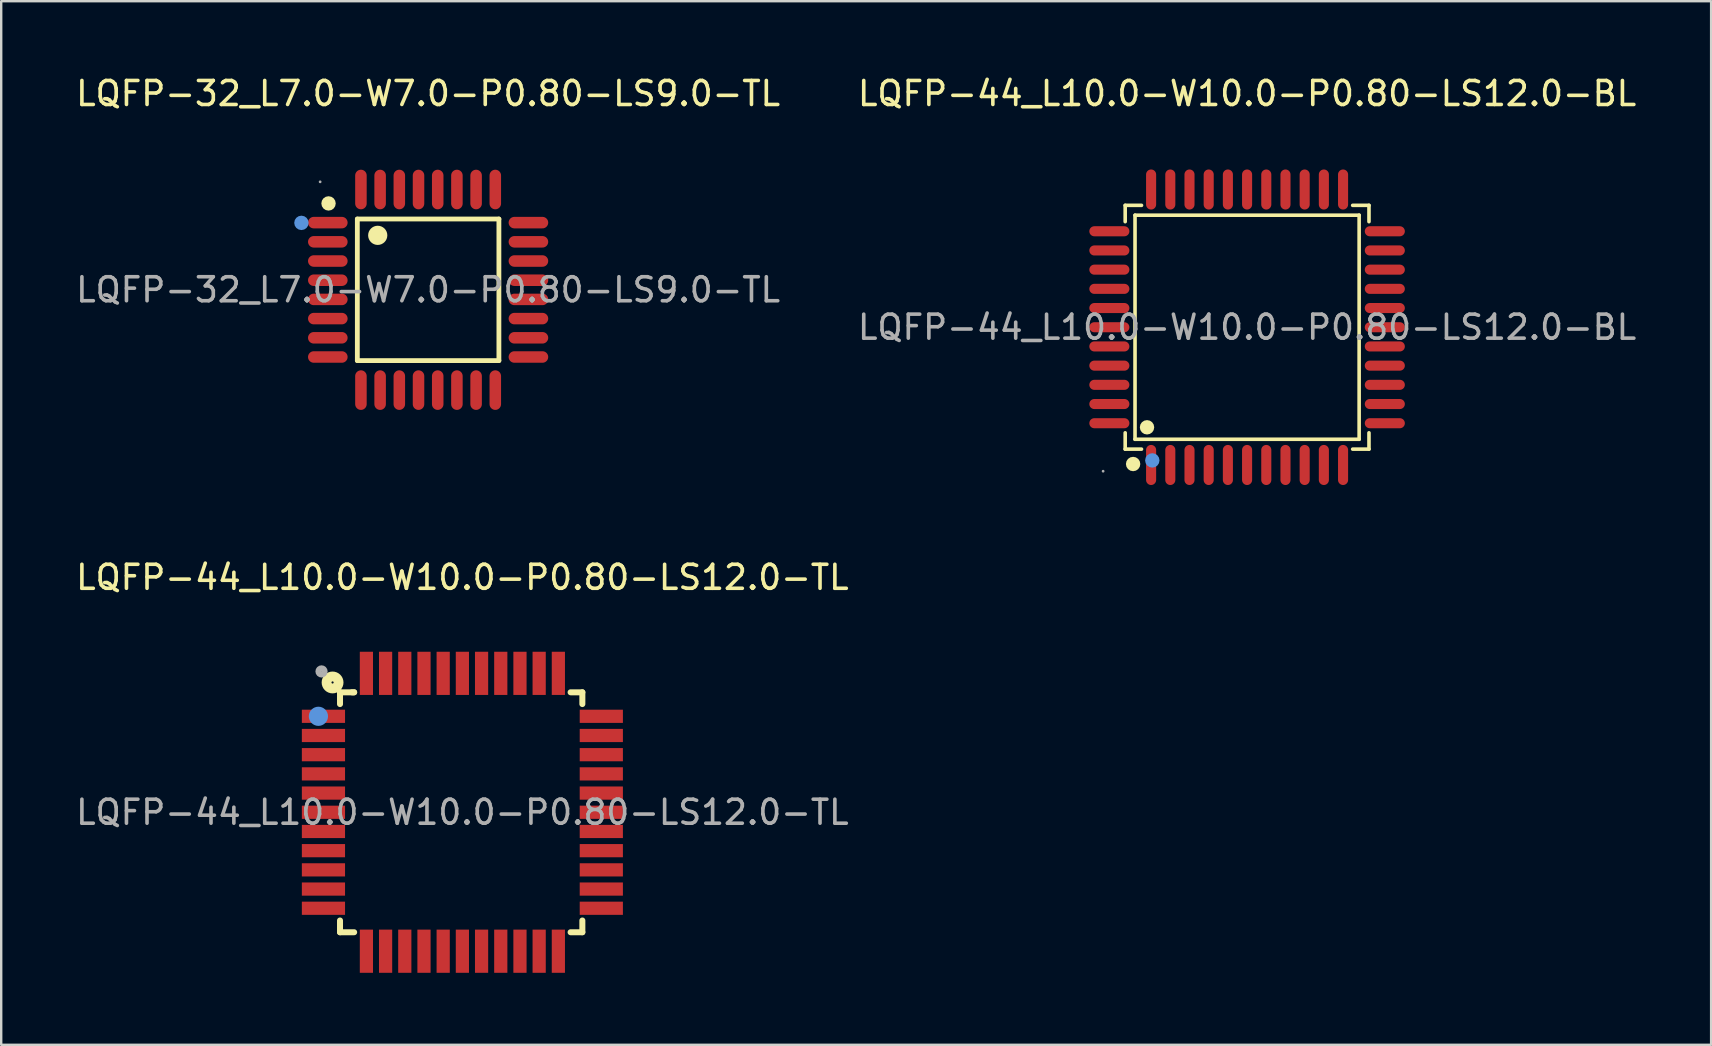
<source format=kicad_pcb>
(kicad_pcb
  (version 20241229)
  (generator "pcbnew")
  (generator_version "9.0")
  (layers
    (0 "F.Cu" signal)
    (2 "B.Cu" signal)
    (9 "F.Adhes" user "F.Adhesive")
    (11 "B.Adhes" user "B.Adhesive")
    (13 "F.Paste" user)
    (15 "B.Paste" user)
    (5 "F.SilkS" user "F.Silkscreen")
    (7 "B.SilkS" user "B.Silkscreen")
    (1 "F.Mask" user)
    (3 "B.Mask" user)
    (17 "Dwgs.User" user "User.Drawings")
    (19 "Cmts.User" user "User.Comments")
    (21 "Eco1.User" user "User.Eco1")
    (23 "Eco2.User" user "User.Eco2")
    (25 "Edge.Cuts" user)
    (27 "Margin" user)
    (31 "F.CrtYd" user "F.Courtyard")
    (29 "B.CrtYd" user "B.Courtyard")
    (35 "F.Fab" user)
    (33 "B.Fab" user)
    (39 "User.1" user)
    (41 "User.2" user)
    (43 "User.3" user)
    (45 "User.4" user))
  (footprint "LQFP-32_L7.0-W7.0-P0.80-LS9.0-TL"
    (layer "F.Cu")
    (at 14.792 9.028)
    (property "Reference" "LQFP-32_L7.0-W7.0-P0.80-LS9.0-TL" (at 0 -8.18 0) (layer "F.SilkS") (effects (font (size 1 1) (thickness 0.15))))
    (attr through_hole)
    (fp_line (start -2.95 -2.95) (end -2.95 2.95) (stroke (width 0.2) (type solid)) (layer "F.SilkS"))
    (fp_line (start -2.95 2.95) (end 2.95 2.95) (stroke (width 0.2) (type solid)) (layer "F.SilkS"))
    (fp_line (start 2.95 -2.95) (end -2.95 -2.95) (stroke (width 0.2) (type solid)) (layer "F.SilkS"))
    (fp_line (start 2.95 2.95) (end 2.95 -2.95) (stroke (width 0.2) (type solid)) (layer "F.SilkS"))
    (fp_arc (start -4.15 -3.6) (mid -4.15 -3.6) (end -4.15 -3.6) (stroke (width 0.3) (type solid)) (layer "F.SilkS"))
    (fp_arc (start -2.1 -2.27) (mid -2.1 -2.27) (end -2.1 -2.27) (stroke (width 0.4) (type solid)) (layer "F.SilkS"))
    (fp_circle (center -5.28 -2.79) (end -5.13 -2.79) (stroke (width 0.3) (type solid)) (fill no) (layer "Cmts.User"))
    (fp_circle (center -4.5 -4.5) (end -4.47 -4.5) (stroke (width 0.06) (type solid)) (fill no) (layer "F.Fab"))
    (fp_text user "${REFERENCE}" (at 0 0 0) (layer "F.Fab") (effects (font (size 1 1) (thickness 0.15))))
    (pad "1" smd oval (at -4.18 -2.8 90) (size 0.48 1.65) (layers "F.Cu" "F.Mask" "F.Paste"))
    (pad "2" smd oval (at -4.18 -2 90) (size 0.48 1.65) (layers "F.Cu" "F.Mask" "F.Paste"))
    (pad "3" smd oval (at -4.18 -1.2 90) (size 0.48 1.65) (layers "F.Cu" "F.Mask" "F.Paste"))
    (pad "4" smd oval (at -4.18 -0.4 90) (size 0.48 1.65) (layers "F.Cu" "F.Mask" "F.Paste"))
    (pad "5" smd oval (at -4.18 0.4 90) (size 0.48 1.65) (layers "F.Cu" "F.Mask" "F.Paste"))
    (pad "6" smd oval (at -4.18 1.2 90) (size 0.48 1.65) (layers "F.Cu" "F.Mask" "F.Paste"))
    (pad "7" smd oval (at -4.18 2 90) (size 0.48 1.65) (layers "F.Cu" "F.Mask" "F.Paste"))
    (pad "8" smd oval (at -4.18 2.8 90) (size 0.48 1.65) (layers "F.Cu" "F.Mask" "F.Paste"))
    (pad "9" smd oval (at -2.8 4.18) (size 0.48 1.65) (layers "F.Cu" "F.Mask" "F.Paste"))
    (pad "10" smd oval (at -2 4.18) (size 0.48 1.65) (layers "F.Cu" "F.Mask" "F.Paste"))
    (pad "11" smd oval (at -1.2 4.18) (size 0.48 1.65) (layers "F.Cu" "F.Mask" "F.Paste"))
    (pad "12" smd oval (at -0.4 4.18) (size 0.48 1.65) (layers "F.Cu" "F.Mask" "F.Paste"))
    (pad "13" smd oval (at 0.4 4.18) (size 0.48 1.65) (layers "F.Cu" "F.Mask" "F.Paste"))
    (pad "14" smd oval (at 1.2 4.18) (size 0.48 1.65) (layers "F.Cu" "F.Mask" "F.Paste"))
    (pad "15" smd oval (at 2 4.18) (size 0.48 1.65) (layers "F.Cu" "F.Mask" "F.Paste"))
    (pad "16" smd oval (at 2.8 4.18) (size 0.48 1.65) (layers "F.Cu" "F.Mask" "F.Paste"))
    (pad "17" smd oval (at 4.18 2.8 90) (size 0.48 1.65) (layers "F.Cu" "F.Mask" "F.Paste"))
    (pad "18" smd oval (at 4.18 2 90) (size 0.48 1.65) (layers "F.Cu" "F.Mask" "F.Paste"))
    (pad "19" smd oval (at 4.18 1.2 90) (size 0.48 1.65) (layers "F.Cu" "F.Mask" "F.Paste"))
    (pad "20" smd oval (at 4.18 0.4 90) (size 0.48 1.65) (layers "F.Cu" "F.Mask" "F.Paste"))
    (pad "21" smd oval (at 4.18 -0.4 90) (size 0.48 1.65) (layers "F.Cu" "F.Mask" "F.Paste"))
    (pad "22" smd oval (at 4.18 -1.2 90) (size 0.48 1.65) (layers "F.Cu" "F.Mask" "F.Paste"))
    (pad "23" smd oval (at 4.18 -2 90) (size 0.48 1.65) (layers "F.Cu" "F.Mask" "F.Paste"))
    (pad "24" smd oval (at 4.18 -2.8 90) (size 0.48 1.65) (layers "F.Cu" "F.Mask" "F.Paste"))
    (pad "25" smd oval (at 2.8 -4.18) (size 0.48 1.65) (layers "F.Cu" "F.Mask" "F.Paste"))
    (pad "26" smd oval (at 2 -4.18) (size 0.48 1.65) (layers "F.Cu" "F.Mask" "F.Paste"))
    (pad "27" smd oval (at 1.2 -4.18) (size 0.48 1.65) (layers "F.Cu" "F.Mask" "F.Paste"))
    (pad "28" smd oval (at 0.4 -4.18) (size 0.48 1.65) (layers "F.Cu" "F.Mask" "F.Paste"))
    (pad "29" smd oval (at -0.4 -4.18) (size 0.48 1.65) (layers "F.Cu" "F.Mask" "F.Paste"))
    (pad "30" smd oval (at -1.2 -4.18) (size 0.48 1.65) (layers "F.Cu" "F.Mask" "F.Paste"))
    (pad "31" smd oval (at -2 -4.18) (size 0.48 1.65) (layers "F.Cu" "F.Mask" "F.Paste"))
    (pad "32" smd oval (at -2.8 -4.18) (size 0.48 1.65) (layers "F.Cu" "F.Mask" "F.Paste")))
  (footprint "LQFP-44_L10.0-W10.0-P0.80-LS12.0-TL"
    (layer "F.Cu")
    (at 16.22 30.802)
    (property "Reference" "LQFP-44_L10.0-W10.0-P0.80-LS12.0-TL" (at 0 -9.79 0) (layer "F.SilkS") (effects (font (size 1 1) (thickness 0.15))))
    (attr through_hole)
    (fp_line (start -5.1 -5) (end -5.1 -4.51) (stroke (width 0.25) (type solid)) (layer "F.SilkS"))
    (fp_line (start -5.1 4.51) (end -5.1 5) (stroke (width 0.25) (type solid)) (layer "F.SilkS"))
    (fp_line (start -5.1 5) (end -4.51 5) (stroke (width 0.25) (type solid)) (layer "F.SilkS"))
    (fp_line (start -4.51 -5) (end -5.1 -5) (stroke (width 0.25) (type solid)) (layer "F.SilkS"))
    (fp_line (start -4.51 -5) (end -4.6 -5) (stroke (width 0.25) (type solid)) (layer "F.SilkS"))
    (fp_line (start 4.51 5) (end 5 5) (stroke (width 0.25) (type solid)) (layer "F.SilkS"))
    (fp_line (start 5 -5) (end 4.51 -5) (stroke (width 0.25) (type solid)) (layer "F.SilkS"))
    (fp_line (start 5 -4.51) (end 5 -5) (stroke (width 0.25) (type solid)) (layer "F.SilkS"))
    (fp_line (start 5 5) (end 5 4.51) (stroke (width 0.25) (type solid)) (layer "F.SilkS"))
    (fp_circle (center -5.41 -5.41) (end -5.16 -5.41) (stroke (width 0.41) (type solid)) (fill no) (layer "F.SilkS"))
    (fp_circle (center -6 -4) (end -5.8 -4) (stroke (width 0.4) (type solid)) (fill no) (layer "Cmts.User"))
    (fp_circle (center -5.87 -5.87) (end -5.74 -5.87) (stroke (width 0.25) (type solid)) (fill no) (layer "F.Fab"))
    (fp_text user "${REFERENCE}" (at 0 0 0) (layer "F.Fab") (effects (font (size 1 1) (thickness 0.15))))
    (pad "1" smd rect (at -5.79 -4) (size 1.8 0.55) (layers "F.Cu" "F.Mask" "F.Paste"))
    (pad "2" smd rect (at -5.79 -3.2) (size 1.8 0.55) (layers "F.Cu" "F.Mask" "F.Paste"))
    (pad "3" smd rect (at -5.79 -2.4) (size 1.8 0.55) (layers "F.Cu" "F.Mask" "F.Paste"))
    (pad "4" smd rect (at -5.79 -1.6) (size 1.8 0.55) (layers "F.Cu" "F.Mask" "F.Paste"))
    (pad "5" smd rect (at -5.79 -0.8) (size 1.8 0.55) (layers "F.Cu" "F.Mask" "F.Paste"))
    (pad "6" smd rect (at -5.79 0) (size 1.8 0.55) (layers "F.Cu" "F.Mask" "F.Paste"))
    (pad "7" smd rect (at -5.79 0.8) (size 1.8 0.55) (layers "F.Cu" "F.Mask" "F.Paste"))
    (pad "8" smd rect (at -5.79 1.6) (size 1.8 0.55) (layers "F.Cu" "F.Mask" "F.Paste"))
    (pad "9" smd rect (at -5.79 2.4) (size 1.8 0.55) (layers "F.Cu" "F.Mask" "F.Paste"))
    (pad "10" smd rect (at -5.79 3.2) (size 1.8 0.55) (layers "F.Cu" "F.Mask" "F.Paste"))
    (pad "11" smd rect (at -5.79 4) (size 1.8 0.55) (layers "F.Cu" "F.Mask" "F.Paste"))
    (pad "12" smd rect (at -4 5.79) (size 0.55 1.8) (layers "F.Cu" "F.Mask" "F.Paste"))
    (pad "13" smd rect (at -3.2 5.79) (size 0.55 1.8) (layers "F.Cu" "F.Mask" "F.Paste"))
    (pad "14" smd rect (at -2.4 5.79) (size 0.55 1.8) (layers "F.Cu" "F.Mask" "F.Paste"))
    (pad "15" smd rect (at -1.6 5.79) (size 0.55 1.8) (layers "F.Cu" "F.Mask" "F.Paste"))
    (pad "16" smd rect (at -0.8 5.79) (size 0.55 1.8) (layers "F.Cu" "F.Mask" "F.Paste"))
    (pad "17" smd rect (at 0 5.79) (size 0.55 1.8) (layers "F.Cu" "F.Mask" "F.Paste"))
    (pad "18" smd rect (at 0.8 5.79) (size 0.55 1.8) (layers "F.Cu" "F.Mask" "F.Paste"))
    (pad "19" smd rect (at 1.6 5.79) (size 0.55 1.8) (layers "F.Cu" "F.Mask" "F.Paste"))
    (pad "20" smd rect (at 2.4 5.79) (size 0.55 1.8) (layers "F.Cu" "F.Mask" "F.Paste"))
    (pad "21" smd rect (at 3.2 5.79) (size 0.55 1.8) (layers "F.Cu" "F.Mask" "F.Paste"))
    (pad "22" smd rect (at 4 5.79) (size 0.55 1.8) (layers "F.Cu" "F.Mask" "F.Paste"))
    (pad "23" smd rect (at 5.79 4) (size 1.8 0.55) (layers "F.Cu" "F.Mask" "F.Paste"))
    (pad "24" smd rect (at 5.79 3.2) (size 1.8 0.55) (layers "F.Cu" "F.Mask" "F.Paste"))
    (pad "25" smd rect (at 5.79 2.4) (size 1.8 0.55) (layers "F.Cu" "F.Mask" "F.Paste"))
    (pad "26" smd rect (at 5.79 1.6) (size 1.8 0.55) (layers "F.Cu" "F.Mask" "F.Paste"))
    (pad "27" smd rect (at 5.79 0.8) (size 1.8 0.55) (layers "F.Cu" "F.Mask" "F.Paste"))
    (pad "28" smd rect (at 5.79 0) (size 1.8 0.55) (layers "F.Cu" "F.Mask" "F.Paste"))
    (pad "29" smd rect (at 5.79 -0.8) (size 1.8 0.55) (layers "F.Cu" "F.Mask" "F.Paste"))
    (pad "30" smd rect (at 5.79 -1.6) (size 1.8 0.55) (layers "F.Cu" "F.Mask" "F.Paste"))
    (pad "31" smd rect (at 5.79 -2.4) (size 1.8 0.55) (layers "F.Cu" "F.Mask" "F.Paste"))
    (pad "32" smd rect (at 5.79 -3.2) (size 1.8 0.55) (layers "F.Cu" "F.Mask" "F.Paste"))
    (pad "33" smd rect (at 5.79 -4) (size 1.8 0.55) (layers "F.Cu" "F.Mask" "F.Paste"))
    (pad "34" smd rect (at 4 -5.79) (size 0.55 1.8) (layers "F.Cu" "F.Mask" "F.Paste"))
    (pad "35" smd rect (at 3.2 -5.79) (size 0.55 1.8) (layers "F.Cu" "F.Mask" "F.Paste"))
    (pad "36" smd rect (at 2.4 -5.79) (size 0.55 1.8) (layers "F.Cu" "F.Mask" "F.Paste"))
    (pad "37" smd rect (at 1.6 -5.79) (size 0.55 1.8) (layers "F.Cu" "F.Mask" "F.Paste"))
    (pad "38" smd rect (at 0.8 -5.79) (size 0.55 1.8) (layers "F.Cu" "F.Mask" "F.Paste"))
    (pad "39" smd rect (at 0 -5.79) (size 0.55 1.8) (layers "F.Cu" "F.Mask" "F.Paste"))
    (pad "40" smd rect (at -0.8 -5.79) (size 0.55 1.8) (layers "F.Cu" "F.Mask" "F.Paste"))
    (pad "41" smd rect (at -1.6 -5.79) (size 0.55 1.8) (layers "F.Cu" "F.Mask" "F.Paste"))
    (pad "42" smd rect (at -2.4 -5.79) (size 0.55 1.8) (layers "F.Cu" "F.Mask" "F.Paste"))
    (pad "43" smd rect (at -3.2 -5.79) (size 0.55 1.8) (layers "F.Cu" "F.Mask" "F.Paste"))
    (pad "44" smd rect (at -4 -5.79) (size 0.55 1.8) (layers "F.Cu" "F.Mask" "F.Paste")))
  (footprint "LQFP-44_L10.0-W10.0-P0.80-LS12.0-BL"
    (layer "F.Cu")
    (at 48.923 10.588)
    (property "Reference" "LQFP-44_L10.0-W10.0-P0.80-LS12.0-BL" (at 0 -9.74 0) (layer "F.SilkS") (effects (font (size 1 1) (thickness 0.15))))
    (attr through_hole)
    (fp_line (start -5.08 -5.08) (end -4.4 -5.08) (stroke (width 0.15) (type solid)) (layer "F.SilkS"))
    (fp_line (start -5.08 -4.4) (end -5.08 -5.08) (stroke (width 0.15) (type solid)) (layer "F.SilkS"))
    (fp_line (start -5.08 4.4) (end -5.08 5.08) (stroke (width 0.15) (type solid)) (layer "F.SilkS"))
    (fp_line (start -5.08 5.08) (end -4.4 5.08) (stroke (width 0.15) (type solid)) (layer "F.SilkS"))
    (fp_line (start -4.67 -4.67) (end 4.67 -4.67) (stroke (width 0.15) (type solid)) (layer "F.SilkS"))
    (fp_line (start -4.67 4.67) (end -4.67 -4.67) (stroke (width 0.15) (type solid)) (layer "F.SilkS"))
    (fp_line (start 4.67 -4.67) (end 4.67 4.67) (stroke (width 0.15) (type solid)) (layer "F.SilkS"))
    (fp_line (start 4.67 4.67) (end -4.67 4.67) (stroke (width 0.15) (type solid)) (layer "F.SilkS"))
    (fp_line (start 5.08 -5.08) (end 4.4 -5.08) (stroke (width 0.15) (type solid)) (layer "F.SilkS"))
    (fp_line (start 5.08 -4.4) (end 5.08 -5.08) (stroke (width 0.15) (type solid)) (layer "F.SilkS"))
    (fp_line (start 5.08 4.4) (end 5.08 5.08) (stroke (width 0.15) (type solid)) (layer "F.SilkS"))
    (fp_line (start 5.08 5.08) (end 4.4 5.08) (stroke (width 0.15) (type solid)) (layer "F.SilkS"))
    (fp_circle (center -4.75 5.7) (end -4.6 5.7) (stroke (width 0.3) (type solid)) (fill no) (layer "F.SilkS"))
    (fp_circle (center -4.17 4.17) (end -4.02 4.17) (stroke (width 0.3) (type solid)) (fill no) (layer "F.SilkS"))
    (fp_circle (center -3.95 5.55) (end -3.8 5.55) (stroke (width 0.3) (type solid)) (fill no) (layer "Cmts.User"))
    (fp_circle (center -6 6) (end -5.97 6) (stroke (width 0.06) (type solid)) (fill no) (layer "F.Fab"))
    (fp_text user "${REFERENCE}" (at 0 0 0) (layer "F.Fab") (effects (font (size 1 1) (thickness 0.15))))
    (pad "1" smd oval (at -4 5.74) (size 0.42 1.67) (layers "F.Cu" "F.Mask" "F.Paste"))
    (pad "2" smd oval (at -3.2 5.74) (size 0.42 1.67) (layers "F.Cu" "F.Mask" "F.Paste"))
    (pad "3" smd oval (at -2.4 5.74) (size 0.42 1.67) (layers "F.Cu" "F.Mask" "F.Paste"))
    (pad "4" smd oval (at -1.6 5.74) (size 0.42 1.67) (layers "F.Cu" "F.Mask" "F.Paste"))
    (pad "5" smd oval (at -0.8 5.74) (size 0.42 1.67) (layers "F.Cu" "F.Mask" "F.Paste"))
    (pad "6" smd oval (at 0 5.74) (size 0.42 1.67) (layers "F.Cu" "F.Mask" "F.Paste"))
    (pad "7" smd oval (at 0.8 5.74) (size 0.42 1.67) (layers "F.Cu" "F.Mask" "F.Paste"))
    (pad "8" smd oval (at 1.6 5.74) (size 0.42 1.67) (layers "F.Cu" "F.Mask" "F.Paste"))
    (pad "9" smd oval (at 2.4 5.74) (size 0.42 1.67) (layers "F.Cu" "F.Mask" "F.Paste"))
    (pad "10" smd oval (at 3.2 5.74) (size 0.42 1.67) (layers "F.Cu" "F.Mask" "F.Paste"))
    (pad "11" smd oval (at 4 5.74) (size 0.42 1.67) (layers "F.Cu" "F.Mask" "F.Paste"))
    (pad "12" smd oval (at 5.74 4) (size 1.67 0.42) (layers "F.Cu" "F.Mask" "F.Paste"))
    (pad "13" smd oval (at 5.74 3.2) (size 1.67 0.42) (layers "F.Cu" "F.Mask" "F.Paste"))
    (pad "14" smd oval (at 5.74 2.4) (size 1.67 0.42) (layers "F.Cu" "F.Mask" "F.Paste"))
    (pad "15" smd oval (at 5.74 1.6) (size 1.67 0.42) (layers "F.Cu" "F.Mask" "F.Paste"))
    (pad "16" smd oval (at 5.74 0.8) (size 1.67 0.42) (layers "F.Cu" "F.Mask" "F.Paste"))
    (pad "17" smd oval (at 5.74 0) (size 1.67 0.42) (layers "F.Cu" "F.Mask" "F.Paste"))
    (pad "18" smd oval (at 5.74 -0.8) (size 1.67 0.42) (layers "F.Cu" "F.Mask" "F.Paste"))
    (pad "19" smd oval (at 5.74 -1.6) (size 1.67 0.42) (layers "F.Cu" "F.Mask" "F.Paste"))
    (pad "20" smd oval (at 5.74 -2.4) (size 1.67 0.42) (layers "F.Cu" "F.Mask" "F.Paste"))
    (pad "21" smd oval (at 5.74 -3.2) (size 1.67 0.42) (layers "F.Cu" "F.Mask" "F.Paste"))
    (pad "22" smd oval (at 5.74 -4) (size 1.67 0.42) (layers "F.Cu" "F.Mask" "F.Paste"))
    (pad "23" smd oval (at 4 -5.74) (size 0.42 1.67) (layers "F.Cu" "F.Mask" "F.Paste"))
    (pad "24" smd oval (at 3.2 -5.74) (size 0.42 1.67) (layers "F.Cu" "F.Mask" "F.Paste"))
    (pad "25" smd oval (at 2.4 -5.74) (size 0.42 1.67) (layers "F.Cu" "F.Mask" "F.Paste"))
    (pad "26" smd oval (at 1.6 -5.74) (size 0.42 1.67) (layers "F.Cu" "F.Mask" "F.Paste"))
    (pad "27" smd oval (at 0.8 -5.74) (size 0.42 1.67) (layers "F.Cu" "F.Mask" "F.Paste"))
    (pad "28" smd oval (at 0 -5.74) (size 0.42 1.67) (layers "F.Cu" "F.Mask" "F.Paste"))
    (pad "29" smd oval (at -0.8 -5.74) (size 0.42 1.67) (layers "F.Cu" "F.Mask" "F.Paste"))
    (pad "30" smd oval (at -1.6 -5.74) (size 0.42 1.67) (layers "F.Cu" "F.Mask" "F.Paste"))
    (pad "31" smd oval (at -2.4 -5.74) (size 0.42 1.67) (layers "F.Cu" "F.Mask" "F.Paste"))
    (pad "32" smd oval (at -3.2 -5.74) (size 0.42 1.67) (layers "F.Cu" "F.Mask" "F.Paste"))
    (pad "33" smd oval (at -4 -5.74) (size 0.42 1.67) (layers "F.Cu" "F.Mask" "F.Paste"))
    (pad "34" smd oval (at -5.74 -4) (size 1.67 0.42) (layers "F.Cu" "F.Mask" "F.Paste"))
    (pad "35" smd oval (at -5.74 -3.2) (size 1.67 0.42) (layers "F.Cu" "F.Mask" "F.Paste"))
    (pad "36" smd oval (at -5.74 -2.4) (size 1.67 0.42) (layers "F.Cu" "F.Mask" "F.Paste"))
    (pad "37" smd oval (at -5.74 -1.6) (size 1.67 0.42) (layers "F.Cu" "F.Mask" "F.Paste"))
    (pad "38" smd oval (at -5.74 -0.8) (size 1.67 0.42) (layers "F.Cu" "F.Mask" "F.Paste"))
    (pad "39" smd oval (at -5.74 0) (size 1.67 0.42) (layers "F.Cu" "F.Mask" "F.Paste"))
    (pad "40" smd oval (at -5.74 0.8) (size 1.67 0.42) (layers "F.Cu" "F.Mask" "F.Paste"))
    (pad "41" smd oval (at -5.74 1.6) (size 1.67 0.42) (layers "F.Cu" "F.Mask" "F.Paste"))
    (pad "42" smd oval (at -5.74 2.4) (size 1.67 0.42) (layers "F.Cu" "F.Mask" "F.Paste"))
    (pad "43" smd oval (at -5.74 3.2) (size 1.67 0.42) (layers "F.Cu" "F.Mask" "F.Paste"))
    (pad "44" smd oval (at -5.74 4) (size 1.67 0.42) (layers "F.Cu" "F.Mask" "F.Paste")))
  (gr_rect
    (start -3 -3)
    (end 68.262 40.492)
    (stroke (width 0.1) (type default))
    (fill no)
    (layer "Edge.Cuts")))
</source>
